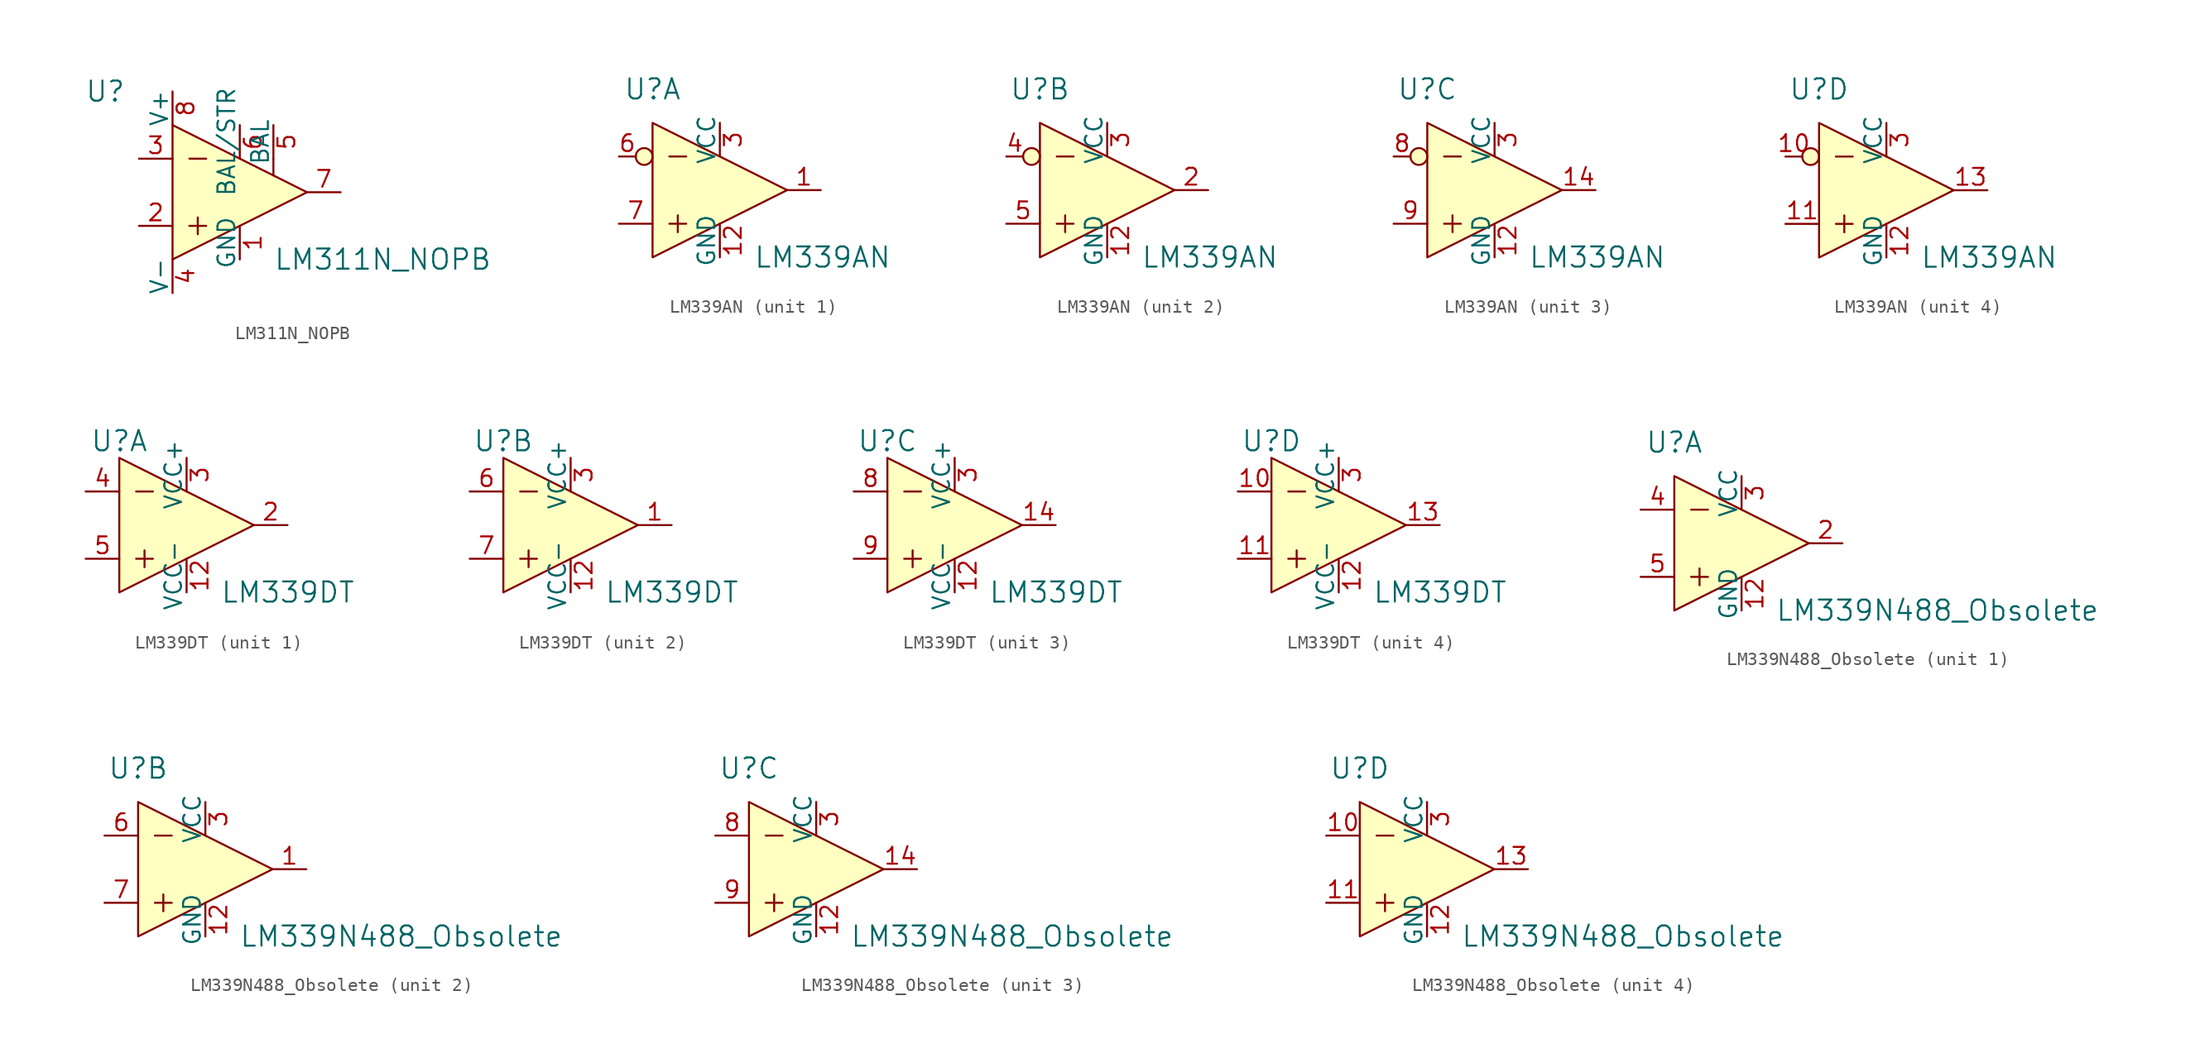
<source format=kicad_sym>
(kicad_symbol_lib
  (version 20211014)
  (generator kicad_symbol_editor)
  (symbol "LM311N_NOPB"
    (pin_names
      (offset 0))
    (property "Reference" "U"
      (at -10.16 7.62 0)
      (effects (font (size 1.524 1.524))))
    (property "Value" "LM311N_NOPB"
      (at 2.54 -5.08 0)
      (effects (font (size 1.524 1.524)) (justify left)))
    (symbol "LM311N_NOPB_0_1"
      (polyline (pts (xy -3.81 -2.54) (xy -2.54 -2.54)) (stroke (width 0) (type default) (color 0 0 0 0)) (fill (type none)))
      (polyline (pts (xy -3.81 2.54) (xy -2.54 2.54)) (stroke (width 0) (type default) (color 0 0 0 0)) (fill (type none)))
      (polyline (pts (xy -3.175 -1.905) (xy -3.175 -3.175)) (stroke (width 0) (type default) (color 0 0 0 0)) (fill (type none)))
      (polyline (pts (xy 2.54 2.54) (xy 2.54 1.27)) (stroke (width 0) (type default) (color 0 0 0 0)) (fill (type none)))
      (polyline (pts (xy -5.08 5.08) (xy -5.08 -5.08) (xy 5.08 0) (xy -5.08 5.08)) (stroke (width 0) (type default) (color 0 0 0 0)) (fill (type background))))
    (symbol "LM311N_NOPB_1_1"
      (pin power_in line (at 0 -5.08 90) (length 2.54) (name "GND" (effects (font (size 1.27 1.27)))) (number "1" (effects (font (size 1.27 1.27)))))
      (pin input line (at -7.62 -2.54 0) (length 2.54) (name "~" (effects (font (size 1.27 1.27)))) (number "2" (effects (font (size 1.27 1.27)))))
      (pin input line (at -7.62 2.54 0) (length 2.54) (name "~" (effects (font (size 1.27 1.27)))) (number "3" (effects (font (size 1.27 1.27)))))
      (pin power_in line (at -5.08 -7.62 90) (length 2.54) (name "V-" (effects (font (size 1.27 1.27)))) (number "4" (effects (font (size 1.27 1.27)))))
      (pin passive line (at 2.54 5.08 270) (length 2.54) (name "BAL" (effects (font (size 1.27 1.27)))) (number "5" (effects (font (size 1.27 1.27)))))
      (pin passive line (at 0 5.08 270) (length 2.54) (name "BAL/STR" (effects (font (size 1.27 1.27)))) (number "6" (effects (font (size 1.27 1.27)))))
      (pin output line (at 7.62 0 180) (length 2.54) (name "~" (effects (font (size 1.27 1.27)))) (number "7" (effects (font (size 1.27 1.27)))))
      (pin power_in line (at -5.08 7.62 270) (length 2.54) (name "V+" (effects (font (size 1.27 1.27)))) (number "8" (effects (font (size 1.27 1.27)))))))
  (symbol "LM339AN"
    (pin_names
      (offset 0))
    (property "Reference" "U"
      (at -5.08 7.62 0)
      (effects (font (size 1.524 1.524))))
    (property "Value" "LM339AN"
      (at 2.54 -5.08 0)
      (effects (font (size 1.524 1.524)) (justify left)))
    (property "ki_locked" ""
      (at 0 0 0)
      (effects (font (size 1.27 1.27))))
    (symbol "LM339AN_0_1"
      (circle (center -5.715 2.54) (radius 0.635) (stroke (width 0) (type default) (color 0 0 0 0)) (fill (type background)))
      (polyline (pts (xy -3.81 -2.54) (xy -2.54 -2.54)) (stroke (width 0) (type default) (color 0 0 0 0)) (fill (type none)))
      (polyline (pts (xy -3.81 2.54) (xy -2.54 2.54)) (stroke (width 0) (type default) (color 0 0 0 0)) (fill (type none)))
      (polyline (pts (xy -3.175 -1.905) (xy -3.175 -3.175)) (stroke (width 0) (type default) (color 0 0 0 0)) (fill (type none)))
      (polyline (pts (xy -5.08 5.08) (xy -5.08 -5.08) (xy 5.08 0) (xy -5.08 5.08)) (stroke (width 0) (type default) (color 0 0 0 0)) (fill (type background))))
    (symbol "LM339AN_1_1"
      (pin output line (at 7.62 0 180) (length 2.54) (name "~" (effects (font (size 1.27 1.27)))) (number "1" (effects (font (size 1.27 1.27)))))
      (pin power_in line (at 0 -5.08 90) (length 2.54) (name "GND" (effects (font (size 1.27 1.27)))) (number "12" (effects (font (size 1.27 1.27)))))
      (pin power_in line (at 0 5.08 270) (length 2.54) (name "VCC" (effects (font (size 1.27 1.27)))) (number "3" (effects (font (size 1.27 1.27)))))
      (pin input line (at -7.62 2.54 0) (length 1.27) (name "~" (effects (font (size 1.27 1.27)))) (number "6" (effects (font (size 1.27 1.27)))))
      (pin input line (at -7.62 -2.54 0) (length 2.54) (name "~" (effects (font (size 1.27 1.27)))) (number "7" (effects (font (size 1.27 1.27))))))
    (symbol "LM339AN_2_1"
      (pin power_in line (at 0 -5.08 90) (length 2.54) (name "GND" (effects (font (size 1.27 1.27)))) (number "12" (effects (font (size 1.27 1.27)))))
      (pin output line (at 7.62 0 180) (length 2.54) (name "~" (effects (font (size 1.27 1.27)))) (number "2" (effects (font (size 1.27 1.27)))))
      (pin power_in line (at 0 5.08 270) (length 2.54) (name "VCC" (effects (font (size 1.27 1.27)))) (number "3" (effects (font (size 1.27 1.27)))))
      (pin input line (at -7.62 2.54 0) (length 1.27) (name "~" (effects (font (size 1.27 1.27)))) (number "4" (effects (font (size 1.27 1.27)))))
      (pin input line (at -7.62 -2.54 0) (length 2.54) (name "~" (effects (font (size 1.27 1.27)))) (number "5" (effects (font (size 1.27 1.27))))))
    (symbol "LM339AN_3_1"
      (pin power_in line (at 0 -5.08 90) (length 2.54) (name "GND" (effects (font (size 1.27 1.27)))) (number "12" (effects (font (size 1.27 1.27)))))
      (pin output line (at 7.62 0 180) (length 2.54) (name "~" (effects (font (size 1.27 1.27)))) (number "14" (effects (font (size 1.27 1.27)))))
      (pin power_in line (at 0 5.08 270) (length 2.54) (name "VCC" (effects (font (size 1.27 1.27)))) (number "3" (effects (font (size 1.27 1.27)))))
      (pin input line (at -7.62 2.54 0) (length 1.27) (name "~" (effects (font (size 1.27 1.27)))) (number "8" (effects (font (size 1.27 1.27)))))
      (pin input line (at -7.62 -2.54 0) (length 2.54) (name "~" (effects (font (size 1.27 1.27)))) (number "9" (effects (font (size 1.27 1.27))))))
    (symbol "LM339AN_4_1"
      (pin input line (at -7.62 2.54 0) (length 1.27) (name "~" (effects (font (size 1.27 1.27)))) (number "10" (effects (font (size 1.27 1.27)))))
      (pin input line (at -7.62 -2.54 0) (length 2.54) (name "~" (effects (font (size 1.27 1.27)))) (number "11" (effects (font (size 1.27 1.27)))))
      (pin power_in line (at 0 -5.08 90) (length 2.54) (name "GND" (effects (font (size 1.27 1.27)))) (number "12" (effects (font (size 1.27 1.27)))))
      (pin output line (at 7.62 0 180) (length 2.54) (name "~" (effects (font (size 1.27 1.27)))) (number "13" (effects (font (size 1.27 1.27)))))
      (pin power_in line (at 0 5.08 270) (length 2.54) (name "VCC" (effects (font (size 1.27 1.27)))) (number "3" (effects (font (size 1.27 1.27)))))))
  (symbol "LM339DT"
    (pin_names
      (offset 0))
    (property "Reference" "U"
      (at -5.08 6.35 0)
      (effects (font (size 1.524 1.524))))
    (property "Value" "LM339DT"
      (at 2.54 -5.08 0)
      (effects (font (size 1.524 1.524)) (justify left)))
    (property "ki_locked" ""
      (at 0 0 0)
      (effects (font (size 1.27 1.27))))
    (symbol "LM339DT_0_1"
      (polyline (pts (xy -3.81 2.54) (xy -2.54 2.54)) (stroke (width 0) (type default) (color 0 0 0 0)) (fill (type none)))
      (polyline (pts (xy -3.175 -1.905) (xy -3.175 -3.175)) (stroke (width 0) (type default) (color 0 0 0 0)) (fill (type none)))
      (polyline (pts (xy -2.54 -2.54) (xy -3.81 -2.54)) (stroke (width 0) (type default) (color 0 0 0 0)) (fill (type none)))
      (polyline (pts (xy -5.08 5.08) (xy -5.08 -5.08) (xy 5.08 0) (xy -5.08 5.08)) (stroke (width 0) (type default) (color 0 0 0 0)) (fill (type background))))
    (symbol "LM339DT_1_1"
      (pin power_in line (at 0 -5.08 90) (length 2.54) (name "VCC-" (effects (font (size 1.27 1.27)))) (number "12" (effects (font (size 1.27 1.27)))))
      (pin output line (at 7.62 0 180) (length 2.54) (name "~" (effects (font (size 1.27 1.27)))) (number "2" (effects (font (size 1.27 1.27)))))
      (pin power_in line (at 0 5.08 270) (length 2.54) (name "VCC+" (effects (font (size 1.27 1.27)))) (number "3" (effects (font (size 1.27 1.27)))))
      (pin input line (at -7.62 2.54 0) (length 2.54) (name "~" (effects (font (size 1.27 1.27)))) (number "4" (effects (font (size 1.27 1.27)))))
      (pin input line (at -7.62 -2.54 0) (length 2.54) (name "~" (effects (font (size 1.27 1.27)))) (number "5" (effects (font (size 1.27 1.27))))))
    (symbol "LM339DT_2_1"
      (pin output line (at 7.62 0 180) (length 2.54) (name "~" (effects (font (size 1.27 1.27)))) (number "1" (effects (font (size 1.27 1.27)))))
      (pin power_in line (at 0 -5.08 90) (length 2.54) (name "VCC-" (effects (font (size 1.27 1.27)))) (number "12" (effects (font (size 1.27 1.27)))))
      (pin power_in line (at 0 5.08 270) (length 2.54) (name "VCC+" (effects (font (size 1.27 1.27)))) (number "3" (effects (font (size 1.27 1.27)))))
      (pin input line (at -7.62 2.54 0) (length 2.54) (name "~" (effects (font (size 1.27 1.27)))) (number "6" (effects (font (size 1.27 1.27)))))
      (pin input line (at -7.62 -2.54 0) (length 2.54) (name "~" (effects (font (size 1.27 1.27)))) (number "7" (effects (font (size 1.27 1.27))))))
    (symbol "LM339DT_3_1"
      (pin power_in line (at 0 -5.08 90) (length 2.54) (name "VCC-" (effects (font (size 1.27 1.27)))) (number "12" (effects (font (size 1.27 1.27)))))
      (pin output line (at 7.62 0 180) (length 2.54) (name "~" (effects (font (size 1.27 1.27)))) (number "14" (effects (font (size 1.27 1.27)))))
      (pin power_in line (at 0 5.08 270) (length 2.54) (name "VCC+" (effects (font (size 1.27 1.27)))) (number "3" (effects (font (size 1.27 1.27)))))
      (pin input line (at -7.62 2.54 0) (length 2.54) (name "~" (effects (font (size 1.27 1.27)))) (number "8" (effects (font (size 1.27 1.27)))))
      (pin input line (at -7.62 -2.54 0) (length 2.54) (name "~" (effects (font (size 1.27 1.27)))) (number "9" (effects (font (size 1.27 1.27))))))
    (symbol "LM339DT_4_1"
      (pin input line (at -7.62 2.54 0) (length 2.54) (name "~" (effects (font (size 1.27 1.27)))) (number "10" (effects (font (size 1.27 1.27)))))
      (pin input line (at -7.62 -2.54 0) (length 2.54) (name "~" (effects (font (size 1.27 1.27)))) (number "11" (effects (font (size 1.27 1.27)))))
      (pin power_in line (at 0 -5.08 90) (length 2.54) (name "VCC-" (effects (font (size 1.27 1.27)))) (number "12" (effects (font (size 1.27 1.27)))))
      (pin output line (at 7.62 0 180) (length 2.54) (name "~" (effects (font (size 1.27 1.27)))) (number "13" (effects (font (size 1.27 1.27)))))
      (pin power_in line (at 0 5.08 270) (length 2.54) (name "VCC+" (effects (font (size 1.27 1.27)))) (number "3" (effects (font (size 1.27 1.27)))))))
  (symbol "LM339N488_Obsolete"
    (pin_names
      (offset 0))
    (property "Reference" "U"
      (at -5.08 7.62 0)
      (effects (font (size 1.524 1.524))))
    (property "Value" "LM339N488_Obsolete"
      (at 2.54 -5.08 0)
      (effects (font (size 1.524 1.524)) (justify left)))
    (property "ki_locked" ""
      (at 0 0 0)
      (effects (font (size 1.27 1.27))))
    (symbol "LM339N488_Obsolete_0_1"
      (polyline (pts (xy -3.81 -2.54) (xy -2.54 -2.54)) (stroke (width 0) (type default) (color 0 0 0 0)) (fill (type none)))
      (polyline (pts (xy -3.81 2.54) (xy -2.54 2.54)) (stroke (width 0) (type default) (color 0 0 0 0)) (fill (type none)))
      (polyline (pts (xy -3.175 -1.905) (xy -3.175 -3.175)) (stroke (width 0) (type default) (color 0 0 0 0)) (fill (type none)))
      (polyline (pts (xy -5.08 5.08) (xy -5.08 -5.08) (xy 5.08 0) (xy -5.08 5.08)) (stroke (width 0) (type default) (color 0 0 0 0)) (fill (type background))))
    (symbol "LM339N488_Obsolete_1_1"
      (pin power_in line (at 0 -5.08 90) (length 2.54) (name "GND" (effects (font (size 1.27 1.27)))) (number "12" (effects (font (size 1.27 1.27)))))
      (pin output line (at 7.62 0 180) (length 2.54) (name "~" (effects (font (size 1.27 1.27)))) (number "2" (effects (font (size 1.27 1.27)))))
      (pin power_in line (at 0 5.08 270) (length 2.54) (name "VCC" (effects (font (size 1.27 1.27)))) (number "3" (effects (font (size 1.27 1.27)))))
      (pin input line (at -7.62 2.54 0) (length 2.54) (name "~" (effects (font (size 1.27 1.27)))) (number "4" (effects (font (size 1.27 1.27)))))
      (pin input line (at -7.62 -2.54 0) (length 2.54) (name "~" (effects (font (size 1.27 1.27)))) (number "5" (effects (font (size 1.27 1.27))))))
    (symbol "LM339N488_Obsolete_2_1"
      (pin output line (at 7.62 0 180) (length 2.54) (name "~" (effects (font (size 1.27 1.27)))) (number "1" (effects (font (size 1.27 1.27)))))
      (pin power_in line (at 0 -5.08 90) (length 2.54) (name "GND" (effects (font (size 1.27 1.27)))) (number "12" (effects (font (size 1.27 1.27)))))
      (pin power_in line (at 0 5.08 270) (length 2.54) (name "VCC" (effects (font (size 1.27 1.27)))) (number "3" (effects (font (size 1.27 1.27)))))
      (pin input line (at -7.62 2.54 0) (length 2.54) (name "~" (effects (font (size 1.27 1.27)))) (number "6" (effects (font (size 1.27 1.27)))))
      (pin input line (at -7.62 -2.54 0) (length 2.54) (name "~" (effects (font (size 1.27 1.27)))) (number "7" (effects (font (size 1.27 1.27))))))
    (symbol "LM339N488_Obsolete_3_1"
      (pin power_in line (at 0 -5.08 90) (length 2.54) (name "GND" (effects (font (size 1.27 1.27)))) (number "12" (effects (font (size 1.27 1.27)))))
      (pin output line (at 7.62 0 180) (length 2.54) (name "~" (effects (font (size 1.27 1.27)))) (number "14" (effects (font (size 1.27 1.27)))))
      (pin power_in line (at 0 5.08 270) (length 2.54) (name "VCC" (effects (font (size 1.27 1.27)))) (number "3" (effects (font (size 1.27 1.27)))))
      (pin input line (at -7.62 2.54 0) (length 2.54) (name "~" (effects (font (size 1.27 1.27)))) (number "8" (effects (font (size 1.27 1.27)))))
      (pin input line (at -7.62 -2.54 0) (length 2.54) (name "~" (effects (font (size 1.27 1.27)))) (number "9" (effects (font (size 1.27 1.27))))))
    (symbol "LM339N488_Obsolete_4_1"
      (pin input line (at -7.62 2.54 0) (length 2.54) (name "~" (effects (font (size 1.27 1.27)))) (number "10" (effects (font (size 1.27 1.27)))))
      (pin input line (at -7.62 -2.54 0) (length 2.54) (name "~" (effects (font (size 1.27 1.27)))) (number "11" (effects (font (size 1.27 1.27)))))
      (pin power_in line (at 0 -5.08 90) (length 2.54) (name "GND" (effects (font (size 1.27 1.27)))) (number "12" (effects (font (size 1.27 1.27)))))
      (pin output line (at 7.62 0 180) (length 2.54) (name "~" (effects (font (size 1.27 1.27)))) (number "13" (effects (font (size 1.27 1.27)))))
      (pin power_in line (at 0 5.08 270) (length 2.54) (name "VCC" (effects (font (size 1.27 1.27)))) (number "3" (effects (font (size 1.27 1.27))))))))
</source>
